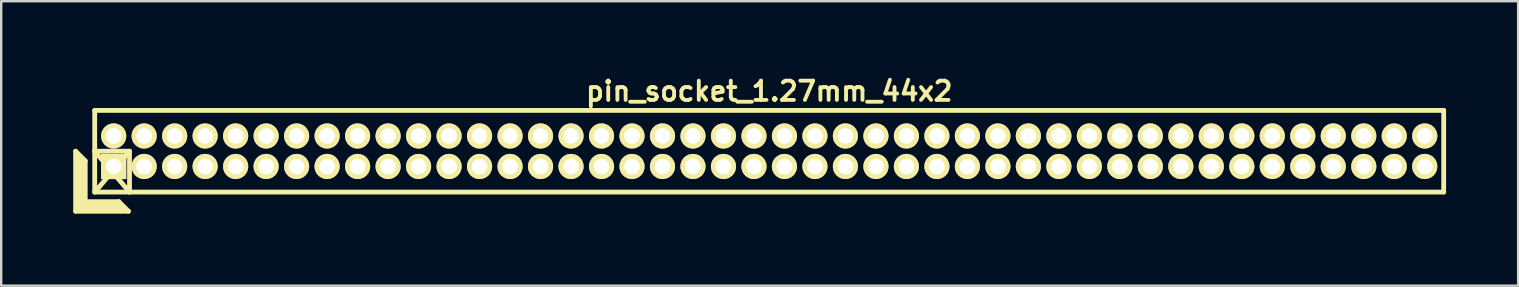
<source format=kicad_pcb>
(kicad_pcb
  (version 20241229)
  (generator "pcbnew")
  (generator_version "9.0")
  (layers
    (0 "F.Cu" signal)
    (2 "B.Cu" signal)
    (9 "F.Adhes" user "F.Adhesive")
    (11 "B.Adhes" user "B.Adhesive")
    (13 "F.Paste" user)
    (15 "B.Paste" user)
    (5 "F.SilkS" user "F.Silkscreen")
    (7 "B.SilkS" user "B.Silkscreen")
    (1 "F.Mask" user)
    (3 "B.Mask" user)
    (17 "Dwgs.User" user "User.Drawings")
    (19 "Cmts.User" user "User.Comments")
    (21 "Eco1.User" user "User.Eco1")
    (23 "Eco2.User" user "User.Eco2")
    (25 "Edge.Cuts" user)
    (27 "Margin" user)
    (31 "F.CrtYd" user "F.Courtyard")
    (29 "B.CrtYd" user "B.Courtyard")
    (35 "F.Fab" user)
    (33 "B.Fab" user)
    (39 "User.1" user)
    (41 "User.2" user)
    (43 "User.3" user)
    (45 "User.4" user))
  (footprint "pin_socket_1.27mm_44x2"
    (layer "F.Cu")
    (at 28.99 3.249)
    (property "Reference" "pin_socket_1.27mm_44x2" (at 0 -2.5 0) (layer "F.SilkS") (effects (font (size 0.8 0.8) (thickness 0.16))))
    (attr through_hole)
    (fp_line (start -28.89 0) (end -28.89 2.5) (stroke (width 0.2) (type solid)) (layer "F.SilkS"))
    (fp_line (start -28.89 0) (end -28.49 0.4) (stroke (width 0.2) (type solid)) (layer "F.SilkS"))
    (fp_line (start -28.89 2.5) (end -26.69 2.5) (stroke (width 0.2) (type solid)) (layer "F.SilkS"))
    (fp_line (start -28.79 2.4) (end -28.79 0.2) (stroke (width 0.2) (type solid)) (layer "F.SilkS"))
    (fp_line (start -28.79 2.4) (end -26.89 2.4) (stroke (width 0.2) (type solid)) (layer "F.SilkS"))
    (fp_line (start -28.69 2.3) (end -28.69 0.3) (stroke (width 0.2) (type solid)) (layer "F.SilkS"))
    (fp_line (start -28.69 2.3) (end -26.99 2.3) (stroke (width 0.2) (type solid)) (layer "F.SilkS"))
    (fp_line (start -28.59 2.2) (end -28.59 0.4) (stroke (width 0.2) (type solid)) (layer "F.SilkS"))
    (fp_line (start -28.59 2.2) (end -27.09 2.2) (stroke (width 0.2) (type solid)) (layer "F.SilkS"))
    (fp_line (start -28.49 2.1) (end -28.49 0.4) (stroke (width 0.2) (type solid)) (layer "F.SilkS"))
    (fp_line (start -28.49 2.1) (end -27.09 2.1) (stroke (width 0.2) (type solid)) (layer "F.SilkS"))
    (fp_line (start -28.095 -1.7) (end 28.095 -1.7) (stroke (width 0.2) (type solid)) (layer "F.SilkS"))
    (fp_line (start -28.095 0) (end -26.645 0) (stroke (width 0.2) (type solid)) (layer "F.SilkS"))
    (fp_line (start -28.095 0) (end -26.645 1.7) (stroke (width 0.2) (type solid)) (layer "F.SilkS"))
    (fp_line (start -28.095 1.7) (end -28.095 -1.7) (stroke (width 0.2) (type solid)) (layer "F.SilkS"))
    (fp_line (start -27.09 2.1) (end -26.69 2.5) (stroke (width 0.2) (type solid)) (layer "F.SilkS"))
    (fp_line (start -26.645 0) (end -28.09 1.7) (stroke (width 0.2) (type solid)) (layer "F.SilkS"))
    (fp_line (start -26.645 0) (end -26.645 1.7) (stroke (width 0.2) (type solid)) (layer "F.SilkS"))
    (fp_line (start 28.095 -1.7) (end 28.095 1.7) (stroke (width 0.2) (type solid)) (layer "F.SilkS"))
    (fp_line (start 28.095 1.7) (end -28.095 1.7) (stroke (width 0.2) (type solid)) (layer "F.SilkS"))
    (pad "1" thru_hole rect (at -27.305 0.635) (size 1.05 1.05) (drill 0.65) (layers "*.Cu" "*.Mask" "F.SilkS"))
    (pad "2" thru_hole oval (at -27.305 -0.635) (size 1.05 1.05) (drill 0.65) (layers "*.Cu" "*.Mask" "F.SilkS"))
    (pad "3" thru_hole oval (at -26.035 0.635) (size 1.05 1.05) (drill 0.65) (layers "*.Cu" "*.Mask" "F.SilkS"))
    (pad "4" thru_hole oval (at -26.035 -0.635) (size 1.05 1.05) (drill 0.65) (layers "*.Cu" "*.Mask" "F.SilkS"))
    (pad "5" thru_hole oval (at -24.765 0.635) (size 1.05 1.05) (drill 0.65) (layers "*.Cu" "*.Mask" "F.SilkS"))
    (pad "6" thru_hole oval (at -24.765 -0.635) (size 1.05 1.05) (drill 0.65) (layers "*.Cu" "*.Mask" "F.SilkS"))
    (pad "7" thru_hole oval (at -23.495 0.635) (size 1.05 1.05) (drill 0.65) (layers "*.Cu" "*.Mask" "F.SilkS"))
    (pad "8" thru_hole oval (at -23.495 -0.635) (size 1.05 1.05) (drill 0.65) (layers "*.Cu" "*.Mask" "F.SilkS"))
    (pad "9" thru_hole oval (at -22.225 0.635) (size 1.05 1.05) (drill 0.65) (layers "*.Cu" "*.Mask" "F.SilkS"))
    (pad "10" thru_hole oval (at -22.225 -0.635) (size 1.05 1.05) (drill 0.65) (layers "*.Cu" "*.Mask" "F.SilkS"))
    (pad "11" thru_hole oval (at -20.955 0.635) (size 1.05 1.05) (drill 0.65) (layers "*.Cu" "*.Mask" "F.SilkS"))
    (pad "12" thru_hole oval (at -20.955 -0.635) (size 1.05 1.05) (drill 0.65) (layers "*.Cu" "*.Mask" "F.SilkS"))
    (pad "13" thru_hole oval (at -19.685 0.635) (size 1.05 1.05) (drill 0.65) (layers "*.Cu" "*.Mask" "F.SilkS"))
    (pad "14" thru_hole oval (at -19.685 -0.635) (size 1.05 1.05) (drill 0.65) (layers "*.Cu" "*.Mask" "F.SilkS"))
    (pad "15" thru_hole oval (at -18.415 0.635) (size 1.05 1.05) (drill 0.65) (layers "*.Cu" "*.Mask" "F.SilkS"))
    (pad "16" thru_hole oval (at -18.415 -0.635) (size 1.05 1.05) (drill 0.65) (layers "*.Cu" "*.Mask" "F.SilkS"))
    (pad "17" thru_hole oval (at -17.145 0.635) (size 1.05 1.05) (drill 0.65) (layers "*.Cu" "*.Mask" "F.SilkS"))
    (pad "18" thru_hole oval (at -17.145 -0.635) (size 1.05 1.05) (drill 0.65) (layers "*.Cu" "*.Mask" "F.SilkS"))
    (pad "19" thru_hole oval (at -15.875 0.635) (size 1.05 1.05) (drill 0.65) (layers "*.Cu" "*.Mask" "F.SilkS"))
    (pad "20" thru_hole oval (at -15.875 -0.635) (size 1.05 1.05) (drill 0.65) (layers "*.Cu" "*.Mask" "F.SilkS"))
    (pad "21" thru_hole oval (at -14.605 0.635) (size 1.05 1.05) (drill 0.65) (layers "*.Cu" "*.Mask" "F.SilkS"))
    (pad "22" thru_hole oval (at -14.605 -0.635) (size 1.05 1.05) (drill 0.65) (layers "*.Cu" "*.Mask" "F.SilkS"))
    (pad "23" thru_hole oval (at -13.335 0.635) (size 1.05 1.05) (drill 0.65) (layers "*.Cu" "*.Mask" "F.SilkS"))
    (pad "24" thru_hole oval (at -13.335 -0.635) (size 1.05 1.05) (drill 0.65) (layers "*.Cu" "*.Mask" "F.SilkS"))
    (pad "25" thru_hole oval (at -12.065 0.635) (size 1.05 1.05) (drill 0.65) (layers "*.Cu" "*.Mask" "F.SilkS"))
    (pad "26" thru_hole oval (at -12.065 -0.635) (size 1.05 1.05) (drill 0.65) (layers "*.Cu" "*.Mask" "F.SilkS"))
    (pad "27" thru_hole oval (at -10.795 0.635) (size 1.05 1.05) (drill 0.65) (layers "*.Cu" "*.Mask" "F.SilkS"))
    (pad "28" thru_hole oval (at -10.795 -0.635) (size 1.05 1.05) (drill 0.65) (layers "*.Cu" "*.Mask" "F.SilkS"))
    (pad "29" thru_hole oval (at -9.525 0.635) (size 1.05 1.05) (drill 0.65) (layers "*.Cu" "*.Mask" "F.SilkS"))
    (pad "30" thru_hole oval (at -9.525 -0.635) (size 1.05 1.05) (drill 0.65) (layers "*.Cu" "*.Mask" "F.SilkS"))
    (pad "31" thru_hole oval (at -8.255 0.635) (size 1.05 1.05) (drill 0.65) (layers "*.Cu" "*.Mask" "F.SilkS"))
    (pad "32" thru_hole oval (at -8.255 -0.635) (size 1.05 1.05) (drill 0.65) (layers "*.Cu" "*.Mask" "F.SilkS"))
    (pad "33" thru_hole oval (at -6.985 0.635) (size 1.05 1.05) (drill 0.65) (layers "*.Cu" "*.Mask" "F.SilkS"))
    (pad "34" thru_hole oval (at -6.985 -0.635) (size 1.05 1.05) (drill 0.65) (layers "*.Cu" "*.Mask" "F.SilkS"))
    (pad "35" thru_hole oval (at -5.715 0.635) (size 1.05 1.05) (drill 0.65) (layers "*.Cu" "*.Mask" "F.SilkS"))
    (pad "36" thru_hole oval (at -5.715 -0.635) (size 1.05 1.05) (drill 0.65) (layers "*.Cu" "*.Mask" "F.SilkS"))
    (pad "37" thru_hole oval (at -4.445 0.635) (size 1.05 1.05) (drill 0.65) (layers "*.Cu" "*.Mask" "F.SilkS"))
    (pad "38" thru_hole oval (at -4.445 -0.635) (size 1.05 1.05) (drill 0.65) (layers "*.Cu" "*.Mask" "F.SilkS"))
    (pad "39" thru_hole oval (at -3.175 0.635) (size 1.05 1.05) (drill 0.65) (layers "*.Cu" "*.Mask" "F.SilkS"))
    (pad "40" thru_hole oval (at -3.175 -0.635) (size 1.05 1.05) (drill 0.65) (layers "*.Cu" "*.Mask" "F.SilkS"))
    (pad "41" thru_hole oval (at -1.905 0.635) (size 1.05 1.05) (drill 0.65) (layers "*.Cu" "*.Mask" "F.SilkS"))
    (pad "42" thru_hole oval (at -1.905 -0.635) (size 1.05 1.05) (drill 0.65) (layers "*.Cu" "*.Mask" "F.SilkS"))
    (pad "43" thru_hole oval (at -0.635 0.635) (size 1.05 1.05) (drill 0.65) (layers "*.Cu" "*.Mask" "F.SilkS"))
    (pad "44" thru_hole oval (at -0.635 -0.635) (size 1.05 1.05) (drill 0.65) (layers "*.Cu" "*.Mask" "F.SilkS"))
    (pad "45" thru_hole oval (at 0.635 0.635) (size 1.05 1.05) (drill 0.65) (layers "*.Cu" "*.Mask" "F.SilkS"))
    (pad "46" thru_hole oval (at 0.635 -0.635) (size 1.05 1.05) (drill 0.65) (layers "*.Cu" "*.Mask" "F.SilkS"))
    (pad "47" thru_hole oval (at 1.905 0.635) (size 1.05 1.05) (drill 0.65) (layers "*.Cu" "*.Mask" "F.SilkS"))
    (pad "48" thru_hole oval (at 1.905 -0.635) (size 1.05 1.05) (drill 0.65) (layers "*.Cu" "*.Mask" "F.SilkS"))
    (pad "49" thru_hole oval (at 3.175 0.635) (size 1.05 1.05) (drill 0.65) (layers "*.Cu" "*.Mask" "F.SilkS"))
    (pad "50" thru_hole oval (at 3.175 -0.635) (size 1.05 1.05) (drill 0.65) (layers "*.Cu" "*.Mask" "F.SilkS"))
    (pad "51" thru_hole circle (at 4.445 0.635) (size 1.05 1.05) (drill 0.65) (layers "*.Cu" "*.Mask" "F.SilkS"))
    (pad "52" thru_hole oval (at 4.445 -0.635) (size 1.05 1.05) (drill 0.65) (layers "*.Cu" "*.Mask" "F.SilkS"))
    (pad "53" thru_hole oval (at 5.715 0.635) (size 1.05 1.05) (drill 0.65) (layers "*.Cu" "*.Mask" "F.SilkS"))
    (pad "54" thru_hole oval (at 5.715 -0.635) (size 1.05 1.05) (drill 0.65) (layers "*.Cu" "*.Mask" "F.SilkS"))
    (pad "55" thru_hole oval (at 6.985 0.635) (size 1.05 1.05) (drill 0.65) (layers "*.Cu" "*.Mask" "F.SilkS"))
    (pad "56" thru_hole oval (at 6.985 -0.635) (size 1.05 1.05) (drill 0.65) (layers "*.Cu" "*.Mask" "F.SilkS"))
    (pad "57" thru_hole oval (at 8.255 0.635) (size 1.05 1.05) (drill 0.65) (layers "*.Cu" "*.Mask" "F.SilkS"))
    (pad "58" thru_hole oval (at 8.255 -0.635) (size 1.05 1.05) (drill 0.65) (layers "*.Cu" "*.Mask" "F.SilkS"))
    (pad "59" thru_hole oval (at 9.525 0.635) (size 1.05 1.05) (drill 0.65) (layers "*.Cu" "*.Mask" "F.SilkS"))
    (pad "60" thru_hole oval (at 9.525 -0.635) (size 1.05 1.05) (drill 0.65) (layers "*.Cu" "*.Mask" "F.SilkS"))
    (pad "61" thru_hole oval (at 10.795 0.635) (size 1.05 1.05) (drill 0.65) (layers "*.Cu" "*.Mask" "F.SilkS"))
    (pad "62" thru_hole oval (at 10.795 -0.635) (size 1.05 1.05) (drill 0.65) (layers "*.Cu" "*.Mask" "F.SilkS"))
    (pad "63" thru_hole oval (at 12.065 0.635) (size 1.05 1.05) (drill 0.65) (layers "*.Cu" "*.Mask" "F.SilkS"))
    (pad "64" thru_hole oval (at 12.065 -0.635) (size 1.05 1.05) (drill 0.65) (layers "*.Cu" "*.Mask" "F.SilkS"))
    (pad "65" thru_hole oval (at 13.335 0.635) (size 1.05 1.05) (drill 0.65) (layers "*.Cu" "*.Mask" "F.SilkS"))
    (pad "66" thru_hole oval (at 13.335 -0.635) (size 1.05 1.05) (drill 0.65) (layers "*.Cu" "*.Mask" "F.SilkS"))
    (pad "67" thru_hole oval (at 14.605 0.635) (size 1.05 1.05) (drill 0.65) (layers "*.Cu" "*.Mask" "F.SilkS"))
    (pad "68" thru_hole oval (at 14.605 -0.635) (size 1.05 1.05) (drill 0.65) (layers "*.Cu" "*.Mask" "F.SilkS"))
    (pad "69" thru_hole oval (at 15.875 0.635) (size 1.05 1.05) (drill 0.65) (layers "*.Cu" "*.Mask" "F.SilkS"))
    (pad "70" thru_hole oval (at 15.875 -0.635) (size 1.05 1.05) (drill 0.65) (layers "*.Cu" "*.Mask" "F.SilkS"))
    (pad "71" thru_hole oval (at 17.145 0.635) (size 1.05 1.05) (drill 0.65) (layers "*.Cu" "*.Mask" "F.SilkS"))
    (pad "72" thru_hole oval (at 17.145 -0.635) (size 1.05 1.05) (drill 0.65) (layers "*.Cu" "*.Mask" "F.SilkS"))
    (pad "73" thru_hole oval (at 18.415 0.635) (size 1.05 1.05) (drill 0.65) (layers "*.Cu" "*.Mask" "F.SilkS"))
    (pad "74" thru_hole oval (at 18.415 -0.635) (size 1.05 1.05) (drill 0.65) (layers "*.Cu" "*.Mask" "F.SilkS"))
    (pad "75" thru_hole oval (at 19.685 0.635) (size 1.05 1.05) (drill 0.65) (layers "*.Cu" "*.Mask" "F.SilkS"))
    (pad "76" thru_hole oval (at 19.685 -0.635) (size 1.05 1.05) (drill 0.65) (layers "*.Cu" "*.Mask" "F.SilkS"))
    (pad "77" thru_hole oval (at 20.955 0.635) (size 1.05 1.05) (drill 0.65) (layers "*.Cu" "*.Mask" "F.SilkS"))
    (pad "78" thru_hole oval (at 20.955 -0.635) (size 1.05 1.05) (drill 0.65) (layers "*.Cu" "*.Mask" "F.SilkS"))
    (pad "79" thru_hole oval (at 22.225 0.635) (size 1.05 1.05) (drill 0.65) (layers "*.Cu" "*.Mask" "F.SilkS"))
    (pad "80" thru_hole oval (at 22.225 -0.635) (size 1.05 1.05) (drill 0.65) (layers "*.Cu" "*.Mask" "F.SilkS"))
    (pad "81" thru_hole oval (at 23.495 0.635) (size 1.05 1.05) (drill 0.65) (layers "*.Cu" "*.Mask" "F.SilkS"))
    (pad "82" thru_hole oval (at 23.495 -0.635) (size 1.05 1.05) (drill 0.65) (layers "*.Cu" "*.Mask" "F.SilkS"))
    (pad "83" thru_hole oval (at 24.765 0.635) (size 1.05 1.05) (drill 0.65) (layers "*.Cu" "*.Mask" "F.SilkS"))
    (pad "84" thru_hole oval (at 24.765 -0.635) (size 1.05 1.05) (drill 0.65) (layers "*.Cu" "*.Mask" "F.SilkS"))
    (pad "85" thru_hole oval (at 26.035 0.635) (size 1.05 1.05) (drill 0.65) (layers "*.Cu" "*.Mask" "F.SilkS"))
    (pad "86" thru_hole oval (at 26.035 -0.635) (size 1.05 1.05) (drill 0.65) (layers "*.Cu" "*.Mask" "F.SilkS"))
    (pad "87" thru_hole oval (at 27.305 0.635) (size 1.05 1.05) (drill 0.65) (layers "*.Cu" "*.Mask" "F.SilkS"))
    (pad "88" thru_hole oval (at 27.305 -0.635) (size 1.05 1.05) (drill 0.65) (layers "*.Cu" "*.Mask" "F.SilkS")))
  (gr_rect
    (start -3 -3)
    (end 60.185 8.849)
    (stroke (width 0.1) (type default))
    (fill no)
    (layer "Edge.Cuts")))
</source>
